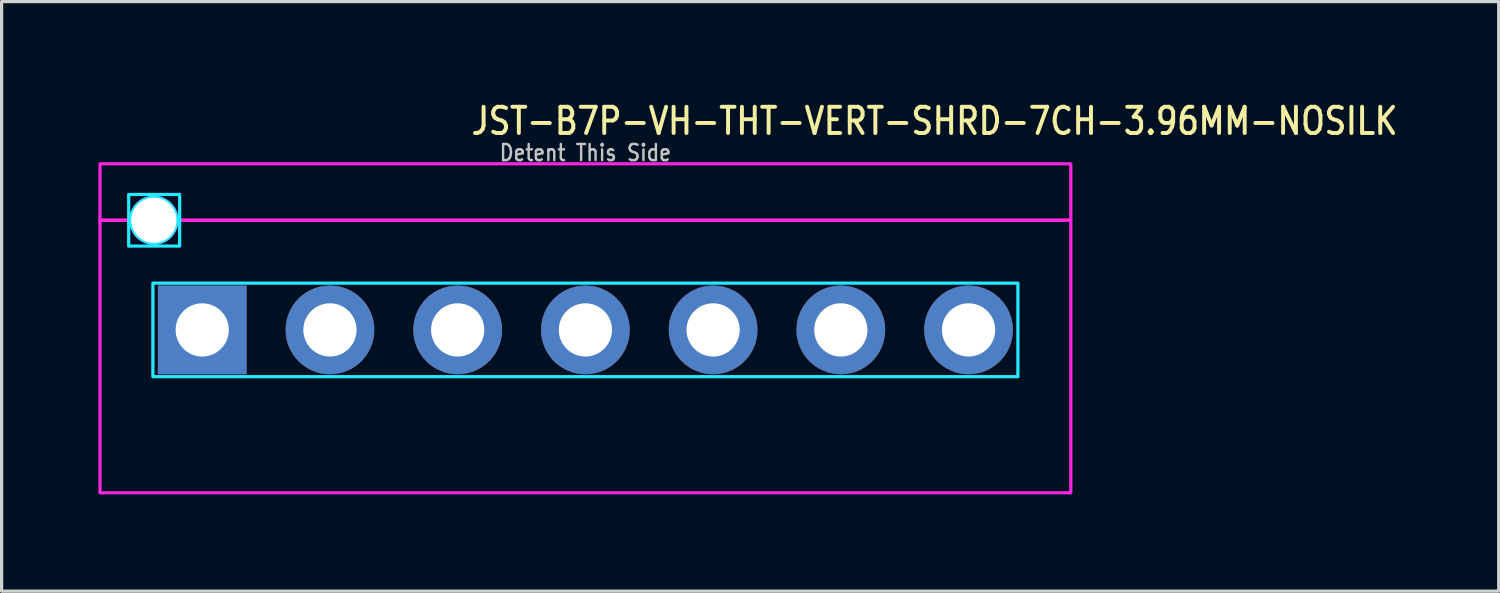
<source format=kicad_pcb>
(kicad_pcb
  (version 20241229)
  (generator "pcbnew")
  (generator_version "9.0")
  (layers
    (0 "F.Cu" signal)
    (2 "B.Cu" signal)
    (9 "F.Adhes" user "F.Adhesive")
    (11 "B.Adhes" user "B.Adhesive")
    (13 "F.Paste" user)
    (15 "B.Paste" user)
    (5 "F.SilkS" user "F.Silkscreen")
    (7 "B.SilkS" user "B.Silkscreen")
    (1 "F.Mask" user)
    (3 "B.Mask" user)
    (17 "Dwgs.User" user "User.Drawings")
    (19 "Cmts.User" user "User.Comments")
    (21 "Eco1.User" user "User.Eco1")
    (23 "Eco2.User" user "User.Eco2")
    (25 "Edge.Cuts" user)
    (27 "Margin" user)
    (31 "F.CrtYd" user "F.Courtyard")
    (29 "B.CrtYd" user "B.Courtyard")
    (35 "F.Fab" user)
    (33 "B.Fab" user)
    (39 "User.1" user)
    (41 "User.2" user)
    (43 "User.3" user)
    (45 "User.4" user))
  (footprint "JST-B7P-VH-THT-VERT-SHRD-7CH-3.96MM-NOSILK"
    (layer "F.Cu")
    (at 15.1 7.179)
    (property "Reference" "JST-B7P-VH-THT-VERT-SHRD-7CH-3.96MM-NOSILK" (at -3.6 -6 0) (unlocked yes) (layer "F.SilkS") (effects (font (size 0.813 0.695) (thickness 0.122)) (justify left bottom)))
    (fp_poly (pts (xy -13.41 -1.45) (xy -13.41 1.45) (xy 13.41 1.45) (xy 13.41 -1.45)) (stroke (width 0.1) (type solid)) (fill no) (layer "B.CrtYd"))
    (fp_poly (pts (xy -14.16 -3.4) (xy -14.16 -4.2) (xy -12.58 -4.2) (xy -12.58 -3.4) (xy -12.67 -3.4) (xy -12.67 -3.4) (xy -12.67 -3.411) (xy -12.67 -3.411) (xy -12.67 -3.422) (xy -12.67 -3.422) (xy -12.671 -3.433) (xy -12.671 -3.434) (xy -12.671 -3.445) (xy -12.671 -3.445) (xy -12.672 -3.456) (xy -12.672 -3.456) (xy -12.673 -3.467) (xy -12.673 -3.467) (xy -12.674 -3.478) (xy -12.674 -3.478) (xy -12.676 -3.489) (xy -12.676 -3.489) (xy -12.677 -3.5) (xy -12.677 -3.5) (xy -12.679 -3.511) (xy -12.679 -3.511) (xy -12.681 -3.522) (xy -12.681 -3.522) (xy -12.683 -3.533) (xy -12.683 -3.533) (xy -12.685 -3.544) (xy -12.685 -3.544) (xy -12.687 -3.555) (xy -12.687 -3.555) (xy -12.69 -3.566) (xy -12.69 -3.566) (xy -12.692 -3.576) (xy -12.692 -3.577) (xy -12.695 -3.587) (xy -12.695 -3.587) (xy -12.698 -3.598) (xy -12.698 -3.598) (xy -12.701 -3.609) (xy -12.701 -3.609) (xy -12.705 -3.619) (xy -12.705 -3.619) (xy -12.708 -3.63) (xy -12.708 -3.63) (xy -12.712 -3.64) (xy -12.712 -3.641) (xy -12.716 -3.651) (xy -12.716 -3.651) (xy -12.72 -3.661) (xy -12.72 -3.661) (xy -12.724 -3.672) (xy -12.724 -3.672) (xy -12.728 -3.682) (xy -12.728 -3.682) (xy -12.733 -3.692) (xy -12.733 -3.692) (xy -12.738 -3.702) (xy -12.738 -3.702) (xy -12.742 -3.712) (xy -12.742 -3.712) (xy -12.747 -3.722) (xy -12.747 -3.722) (xy -12.752 -3.732) (xy -12.753 -3.732) (xy -12.758 -3.742) (xy -12.758 -3.742) (xy -12.763 -3.752) (xy -12.763 -3.752) (xy -12.769 -3.761) (xy -12.769 -3.761) (xy -12.775 -3.771) (xy -12.775 -3.771) (xy -12.78 -3.78) (xy -12.781 -3.781) (xy -12.787 -3.79) (xy -12.787 -3.79) (xy -12.793 -3.799) (xy -12.793 -3.799) (xy -12.799 -3.808) (xy -12.799 -3.808) (xy -12.806 -3.817) (xy -12.806 -3.817) (xy -12.812 -3.826) (xy -12.812 -3.826) (xy -12.819 -3.835) (xy -12.819 -3.835) (xy -12.826 -3.844) (xy -12.826 -3.844) (xy -12.833 -3.853) (xy -12.833 -3.853) (xy -12.84 -3.861) (xy -12.84 -3.861) (xy -12.847 -3.869) (xy -12.847 -3.87) (xy -12.855 -3.878) (xy -12.855 -3.878) (xy -12.862 -3.886) (xy -12.862 -3.886) (xy -12.87 -3.894) (xy -12.87 -3.894) (xy -12.878 -3.902) (xy -12.878 -3.902) (xy -12.886 -3.91) (xy -12.886 -3.91) (xy -12.894 -3.918) (xy -12.894 -3.918) (xy -12.902 -3.925) (xy -12.902 -3.925) (xy -12.91 -3.933) (xy -12.911 -3.933) (xy -12.919 -3.94) (xy -12.919 -3.94) (xy -12.927 -3.947) (xy -12.927 -3.947) (xy -12.936 -3.954) (xy -12.936 -3.954) (xy -12.945 -3.961) (xy -12.945 -3.961) (xy -12.954 -3.968) (xy -12.954 -3.968) (xy -12.963 -3.974) (xy -12.963 -3.974) (xy -12.972 -3.981) (xy -12.972 -3.981) (xy -12.981 -3.987) (xy -12.981 -3.987) (xy -12.99 -3.993) (xy -12.99 -3.993) (xy -12.999 -3.999) (xy -13 -4) (xy -13.009 -4.005) (xy -13.009 -4.005) (xy -13.019 -4.011) (xy -13.019 -4.011) (xy -13.028 -4.017) (xy -13.028 -4.017) (xy -13.038 -4.022) (xy -13.038 -4.022) (xy -13.048 -4.027) (xy -13.048 -4.028) (xy -13.058 -4.033) (xy -13.058 -4.033) (xy -13.068 -4.038) (xy -13.068 -4.038) (xy -13.078 -4.042) (xy -13.078 -4.042) (xy -13.088 -4.047) (xy -13.088 -4.047) (xy -13.098 -4.052) (xy -13.098 -4.052) (xy -13.108 -4.056) (xy -13.108 -4.056) (xy -13.119 -4.06) (xy -13.119 -4.06) (xy -13.129 -4.064) (xy -13.129 -4.064) (xy -13.139 -4.068) (xy -13.14 -4.068) (xy -13.15 -4.072) (xy -13.15 -4.072) (xy -13.161 -4.075) (xy -13.161 -4.075) (xy -13.171 -4.079) (xy -13.171 -4.079) (xy -13.182 -4.082) (xy -13.182 -4.082) (xy -13.193 -4.085) (xy -13.193 -4.085) (xy -13.203 -4.088) (xy -13.204 -4.088) (xy -13.214 -4.09) (xy -13.214 -4.09) (xy -13.225 -4.093) (xy -13.225 -4.093) (xy -13.236 -4.095) (xy -13.236 -4.095) (xy -13.247 -4.097) (xy -13.247 -4.097) (xy -13.258 -4.099) (xy -13.258 -4.099) (xy -13.269 -4.101) (xy -13.269 -4.101) (xy -13.28 -4.103) (xy -13.28 -4.103) (xy -13.291 -4.104) (xy -13.291 -4.104) (xy -13.302 -4.106) (xy -13.302 -4.106) (xy -13.313 -4.107) (xy -13.313 -4.107) (xy -13.324 -4.108) (xy -13.324 -4.108) (xy -13.335 -4.109) (xy -13.335 -4.109) (xy -13.346 -4.109) (xy -13.347 -4.109) (xy -13.358 -4.11) (xy -13.358 -4.11) (xy -13.369 -4.11) (xy -13.369 -4.11) (xy -13.38 -4.11) (xy -13.38 -4.11) (xy -13.391 -4.11) (xy -13.391 -4.11) (xy -13.402 -4.11) (xy -13.402 -4.11) (xy -13.413 -4.109) (xy -13.414 -4.109) (xy -13.425 -4.109) (xy -13.425 -4.109) (xy -13.436 -4.108) (xy -13.436 -4.108) (xy -13.447 -4.107) (xy -13.447 -4.107) (xy -13.458 -4.106) (xy -13.458 -4.106) (xy -13.469 -4.104) (xy -13.469 -4.104) (xy -13.48 -4.103) (xy -13.48 -4.103) (xy -13.491 -4.101) (xy -13.491 -4.101) (xy -13.502 -4.099) (xy -13.502 -4.099) (xy -13.513 -4.097) (xy -13.513 -4.097) (xy -13.524 -4.095) (xy -13.524 -4.095) (xy -13.535 -4.093) (xy -13.535 -4.093) (xy -13.546 -4.09) (xy -13.546 -4.09) (xy -13.556 -4.088) (xy -13.557 -4.088) (xy -13.567 -4.085) (xy -13.567 -4.085) (xy -13.578 -4.082) (xy -13.578 -4.082) (xy -13.589 -4.079) (xy -13.589 -4.079) (xy -13.599 -4.075) (xy -13.599 -4.075) (xy -13.61 -4.072) (xy -13.61 -4.072) (xy -13.62 -4.068) (xy -13.621 -4.068) (xy -13.631 -4.064) (xy -13.631 -4.064) (xy -13.641 -4.06) (xy -13.641 -4.06) (xy -13.652 -4.056) (xy -13.652 -4.056) (xy -13.662 -4.052) (xy -13.662 -4.052) (xy -13.672 -4.047) (xy -13.672 -4.047) (xy -13.682 -4.042) (xy -13.682 -4.042) (xy -13.692 -4.038) (xy -13.692 -4.038) (xy -13.702 -4.033) (xy -13.702 -4.033) (xy -13.712 -4.028) (xy -13.712 -4.027) (xy -13.722 -4.022) (xy -13.722 -4.022) (xy -13.732 -4.017) (xy -13.732 -4.017) (xy -13.741 -4.011) (xy -13.741 -4.011) (xy -13.751 -4.005) (xy -13.751 -4.005) (xy -13.76 -4) (xy -13.761 -3.999) (xy -13.77 -3.993) (xy -13.77 -3.993) (xy -13.779 -3.987) (xy -13.779 -3.987) (xy -13.788 -3.981) (xy -13.788 -3.981) (xy -13.797 -3.974) (xy -13.797 -3.974) (xy -13.806 -3.968) (xy -13.806 -3.968) (xy -13.815 -3.961) (xy -13.815 -3.961) (xy -13.824 -3.954) (xy -13.824 -3.954) (xy -13.833 -3.947) (xy -13.833 -3.947) (xy -13.841 -3.94) (xy -13.841 -3.94) (xy -13.849 -3.933) (xy -13.85 -3.933) (xy -13.858 -3.925) (xy -13.858 -3.925) (xy -13.866 -3.918) (xy -13.866 -3.918) (xy -13.874 -3.91) (xy -13.874 -3.91) (xy -13.882 -3.902) (xy -13.882 -3.902) (xy -13.89 -3.894) (xy -13.89 -3.894) (xy -13.898 -3.886) (xy -13.898 -3.886) (xy -13.905 -3.878) (xy -13.905 -3.878) (xy -13.913 -3.87) (xy -13.913 -3.869) (xy -13.92 -3.861) (xy -13.92 -3.861) (xy -13.927 -3.853) (xy -13.927 -3.853) (xy -13.934 -3.844) (xy -13.934 -3.844) (xy -13.941 -3.835) (xy -13.941 -3.835) (xy -13.948 -3.826) (xy -13.948 -3.826) (xy -13.954 -3.817) (xy -13.954 -3.817) (xy -13.961 -3.808) (xy -13.961 -3.808) (xy -13.967 -3.799) (xy -13.967 -3.799) (xy -13.973 -3.79) (xy -13.973 -3.79) (xy -13.979 -3.781) (xy -13.98 -3.78) (xy -13.985 -3.771) (xy -13.985 -3.771) (xy -13.991 -3.761) (xy -13.991 -3.761) (xy -13.997 -3.752) (xy -13.997 -3.752) (xy -14.002 -3.742) (xy -14.002 -3.742) (xy -14.007 -3.732) (xy -14.008 -3.732) (xy -14.013 -3.722) (xy -14.013 -3.722) (xy -14.018 -3.712) (xy -14.018 -3.712) (xy -14.022 -3.702) (xy -14.022 -3.702) (xy -14.027 -3.692) (xy -14.027 -3.692) (xy -14.032 -3.682) (xy -14.032 -3.682) (xy -14.036 -3.672) (xy -14.036 -3.672) (xy -14.04 -3.661) (xy -14.04 -3.661) (xy -14.044 -3.651) (xy -14.044 -3.651) (xy -14.048 -3.641) (xy -14.048 -3.64) (xy -14.052 -3.63) (xy -14.052 -3.63) (xy -14.055 -3.619) (xy -14.055 -3.619) (xy -14.059 -3.609) (xy -14.059 -3.609) (xy -14.062 -3.598) (xy -14.062 -3.598) (xy -14.065 -3.587) (xy -14.065 -3.587) (xy -14.068 -3.577) (xy -14.068 -3.576) (xy -14.07 -3.566) (xy -14.07 -3.566) (xy -14.073 -3.555) (xy -14.073 -3.555) (xy -14.075 -3.544) (xy -14.075 -3.544) (xy -14.077 -3.533) (xy -14.077 -3.533) (xy -14.079 -3.522) (xy -14.079 -3.522) (xy -14.081 -3.511) (xy -14.081 -3.511) (xy -14.083 -3.5) (xy -14.083 -3.5) (xy -14.084 -3.489) (xy -14.084 -3.489) (xy -14.086 -3.478) (xy -14.086 -3.478) (xy -14.087 -3.467) (xy -14.087 -3.467) (xy -14.088 -3.456) (xy -14.088 -3.456) (xy -14.089 -3.445) (xy -14.089 -3.445) (xy -14.089 -3.434) (xy -14.089 -3.433) (xy -14.09 -3.422) (xy -14.09 -3.422) (xy -14.09 -3.411) (xy -14.09 -3.411) (xy -14.09 -3.4) (xy -14.09 -3.4)) (stroke (width 0.1) (type solid)) (fill no) (layer "B.CrtYd"))
    (fp_poly (pts (xy -12.58 -2.6) (xy -14.16 -2.6) (xy -14.16 -3.4) (xy -14.09 -3.4) (xy -14.09 -3.4) (xy -14.09 -3.389) (xy -14.09 -3.389) (xy -14.09 -3.378) (xy -14.09 -3.378) (xy -14.089 -3.367) (xy -14.089 -3.366) (xy -14.089 -3.355) (xy -14.089 -3.355) (xy -14.088 -3.344) (xy -14.088 -3.344) (xy -14.087 -3.333) (xy -14.087 -3.333) (xy -14.086 -3.322) (xy -14.086 -3.322) (xy -14.084 -3.311) (xy -14.084 -3.311) (xy -14.083 -3.3) (xy -14.083 -3.3) (xy -14.081 -3.289) (xy -14.081 -3.289) (xy -14.079 -3.278) (xy -14.079 -3.278) (xy -14.077 -3.267) (xy -14.077 -3.267) (xy -14.075 -3.256) (xy -14.075 -3.256) (xy -14.073 -3.245) (xy -14.073 -3.245) (xy -14.07 -3.234) (xy -14.07 -3.234) (xy -14.068 -3.224) (xy -14.068 -3.223) (xy -14.065 -3.213) (xy -14.065 -3.213) (xy -14.062 -3.202) (xy -14.062 -3.202) (xy -14.059 -3.191) (xy -14.059 -3.191) (xy -14.055 -3.181) (xy -14.055 -3.181) (xy -14.052 -3.17) (xy -14.052 -3.17) (xy -14.048 -3.16) (xy -14.048 -3.159) (xy -14.044 -3.149) (xy -14.044 -3.149) (xy -14.04 -3.139) (xy -14.04 -3.139) (xy -14.036 -3.128) (xy -14.036 -3.128) (xy -14.032 -3.118) (xy -14.032 -3.118) (xy -14.027 -3.108) (xy -14.027 -3.108) (xy -14.022 -3.098) (xy -14.022 -3.098) (xy -14.018 -3.088) (xy -14.018 -3.088) (xy -14.013 -3.078) (xy -14.013 -3.078) (xy -14.008 -3.068) (xy -14.007 -3.068) (xy -14.002 -3.058) (xy -14.002 -3.058) (xy -13.997 -3.048) (xy -13.997 -3.048) (xy -13.991 -3.039) (xy -13.991 -3.039) (xy -13.985 -3.029) (xy -13.985 -3.029) (xy -13.98 -3.02) (xy -13.979 -3.019) (xy -13.973 -3.01) (xy -13.973 -3.01) (xy -13.967 -3.001) (xy -13.967 -3.001) (xy -13.961 -2.992) (xy -13.961 -2.992) (xy -13.954 -2.983) (xy -13.954 -2.983) (xy -13.948 -2.974) (xy -13.948 -2.974) (xy -13.941 -2.965) (xy -13.941 -2.965) (xy -13.934 -2.956) (xy -13.934 -2.956) (xy -13.927 -2.947) (xy -13.927 -2.947) (xy -13.92 -2.939) (xy -13.92 -2.939) (xy -13.913 -2.931) (xy -13.913 -2.93) (xy -13.905 -2.922) (xy -13.905 -2.922) (xy -13.898 -2.914) (xy -13.898 -2.914) (xy -13.89 -2.906) (xy -13.89 -2.906) (xy -13.882 -2.898) (xy -13.882 -2.898) (xy -13.874 -2.89) (xy -13.874 -2.89) (xy -13.866 -2.882) (xy -13.866 -2.882) (xy -13.858 -2.875) (xy -13.858 -2.875) (xy -13.85 -2.867) (xy -13.849 -2.867) (xy -13.841 -2.86) (xy -13.841 -2.86) (xy -13.833 -2.853) (xy -13.833 -2.853) (xy -13.824 -2.846) (xy -13.824 -2.846) (xy -13.815 -2.839) (xy -13.815 -2.839) (xy -13.806 -2.832) (xy -13.806 -2.832) (xy -13.797 -2.826) (xy -13.797 -2.826) (xy -13.788 -2.819) (xy -13.788 -2.819) (xy -13.779 -2.813) (xy -13.779 -2.813) (xy -13.77 -2.807) (xy -13.77 -2.807) (xy -13.761 -2.801) (xy -13.76 -2.8) (xy -13.751 -2.795) (xy -13.751 -2.795) (xy -13.741 -2.789) (xy -13.741 -2.789) (xy -13.732 -2.783) (xy -13.732 -2.783) (xy -13.722 -2.778) (xy -13.722 -2.778) (xy -13.712 -2.773) (xy -13.712 -2.772) (xy -13.702 -2.767) (xy -13.702 -2.767) (xy -13.692 -2.762) (xy -13.692 -2.762) (xy -13.682 -2.758) (xy -13.682 -2.758) (xy -13.672 -2.753) (xy -13.672 -2.753) (xy -13.662 -2.748) (xy -13.662 -2.748) (xy -13.652 -2.744) (xy -13.652 -2.744) (xy -13.641 -2.74) (xy -13.641 -2.74) (xy -13.631 -2.736) (xy -13.631 -2.736) (xy -13.621 -2.732) (xy -13.62 -2.732) (xy -13.61 -2.728) (xy -13.61 -2.728) (xy -13.599 -2.725) (xy -13.599 -2.725) (xy -13.589 -2.721) (xy -13.589 -2.721) (xy -13.578 -2.718) (xy -13.578 -2.718) (xy -13.567 -2.715) (xy -13.567 -2.715) (xy -13.557 -2.712) (xy -13.556 -2.712) (xy -13.546 -2.71) (xy -13.546 -2.71) (xy -13.535 -2.707) (xy -13.535 -2.707) (xy -13.524 -2.705) (xy -13.524 -2.705) (xy -13.513 -2.703) (xy -13.513 -2.703) (xy -13.502 -2.701) (xy -13.502 -2.701) (xy -13.491 -2.699) (xy -13.491 -2.699) (xy -13.48 -2.697) (xy -13.48 -2.697) (xy -13.469 -2.696) (xy -13.469 -2.696) (xy -13.458 -2.694) (xy -13.458 -2.694) (xy -13.447 -2.693) (xy -13.447 -2.693) (xy -13.436 -2.692) (xy -13.436 -2.692) (xy -13.425 -2.691) (xy -13.425 -2.691) (xy -13.414 -2.691) (xy -13.413 -2.691) (xy -13.402 -2.69) (xy -13.402 -2.69) (xy -13.391 -2.69) (xy -13.391 -2.69) (xy -13.38 -2.69) (xy -13.38 -2.69) (xy -13.369 -2.69) (xy -13.369 -2.69) (xy -13.358 -2.69) (xy -13.358 -2.69) (xy -13.347 -2.691) (xy -13.346 -2.691) (xy -13.335 -2.691) (xy -13.335 -2.691) (xy -13.324 -2.692) (xy -13.324 -2.692) (xy -13.313 -2.693) (xy -13.313 -2.693) (xy -13.302 -2.694) (xy -13.302 -2.694) (xy -13.291 -2.696) (xy -13.291 -2.696) (xy -13.28 -2.697) (xy -13.28 -2.697) (xy -13.269 -2.699) (xy -13.269 -2.699) (xy -13.258 -2.701) (xy -13.258 -2.701) (xy -13.247 -2.703) (xy -13.247 -2.703) (xy -13.236 -2.705) (xy -13.236 -2.705) (xy -13.225 -2.707) (xy -13.225 -2.707) (xy -13.214 -2.71) (xy -13.214 -2.71) (xy -13.204 -2.712) (xy -13.203 -2.712) (xy -13.193 -2.715) (xy -13.193 -2.715) (xy -13.182 -2.718) (xy -13.182 -2.718) (xy -13.171 -2.721) (xy -13.171 -2.721) (xy -13.161 -2.725) (xy -13.161 -2.725) (xy -13.15 -2.728) (xy -13.15 -2.728) (xy -13.14 -2.732) (xy -13.139 -2.732) (xy -13.129 -2.736) (xy -13.129 -2.736) (xy -13.119 -2.74) (xy -13.119 -2.74) (xy -13.108 -2.744) (xy -13.108 -2.744) (xy -13.098 -2.748) (xy -13.098 -2.748) (xy -13.088 -2.753) (xy -13.088 -2.753) (xy -13.078 -2.758) (xy -13.078 -2.758) (xy -13.068 -2.762) (xy -13.068 -2.762) (xy -13.058 -2.767) (xy -13.058 -2.767) (xy -13.048 -2.772) (xy -13.048 -2.773) (xy -13.038 -2.778) (xy -13.038 -2.778) (xy -13.028 -2.783) (xy -13.028 -2.783) (xy -13.019 -2.789) (xy -13.019 -2.789) (xy -13.009 -2.795) (xy -13.009 -2.795) (xy -13 -2.8) (xy -12.999 -2.801) (xy -12.99 -2.807) (xy -12.99 -2.807) (xy -12.981 -2.813) (xy -12.981 -2.813) (xy -12.972 -2.819) (xy -12.972 -2.819) (xy -12.963 -2.826) (xy -12.963 -2.826) (xy -12.954 -2.832) (xy -12.954 -2.832) (xy -12.945 -2.839) (xy -12.945 -2.839) (xy -12.936 -2.846) (xy -12.936 -2.846) (xy -12.927 -2.853) (xy -12.927 -2.853) (xy -12.919 -2.86) (xy -12.919 -2.86) (xy -12.911 -2.867) (xy -12.91 -2.867) (xy -12.902 -2.875) (xy -12.902 -2.875) (xy -12.894 -2.882) (xy -12.894 -2.882) (xy -12.886 -2.89) (xy -12.886 -2.89) (xy -12.878 -2.898) (xy -12.878 -2.898) (xy -12.87 -2.906) (xy -12.87 -2.906) (xy -12.862 -2.914) (xy -12.862 -2.914) (xy -12.855 -2.922) (xy -12.855 -2.922) (xy -12.847 -2.93) (xy -12.847 -2.931) (xy -12.84 -2.939) (xy -12.84 -2.939) (xy -12.833 -2.947) (xy -12.833 -2.947) (xy -12.826 -2.956) (xy -12.826 -2.956) (xy -12.819 -2.965) (xy -12.819 -2.965) (xy -12.812 -2.974) (xy -12.812 -2.974) (xy -12.806 -2.983) (xy -12.806 -2.983) (xy -12.799 -2.992) (xy -12.799 -2.992) (xy -12.793 -3.001) (xy -12.793 -3.001) (xy -12.787 -3.01) (xy -12.787 -3.01) (xy -12.781 -3.019) (xy -12.78 -3.02) (xy -12.775 -3.029) (xy -12.775 -3.029) (xy -12.769 -3.039) (xy -12.769 -3.039) (xy -12.763 -3.048) (xy -12.763 -3.048) (xy -12.758 -3.058) (xy -12.758 -3.058) (xy -12.753 -3.068) (xy -12.752 -3.068) (xy -12.747 -3.078) (xy -12.747 -3.078) (xy -12.742 -3.088) (xy -12.742 -3.088) (xy -12.738 -3.098) (xy -12.738 -3.098) (xy -12.733 -3.108) (xy -12.733 -3.108) (xy -12.728 -3.118) (xy -12.728 -3.118) (xy -12.724 -3.128) (xy -12.724 -3.128) (xy -12.72 -3.139) (xy -12.72 -3.139) (xy -12.716 -3.149) (xy -12.716 -3.149) (xy -12.712 -3.159) (xy -12.712 -3.16) (xy -12.708 -3.17) (xy -12.708 -3.17) (xy -12.705 -3.181) (xy -12.705 -3.181) (xy -12.701 -3.191) (xy -12.701 -3.191) (xy -12.698 -3.202) (xy -12.698 -3.202) (xy -12.695 -3.213) (xy -12.695 -3.213) (xy -12.692 -3.223) (xy -12.692 -3.224) (xy -12.69 -3.234) (xy -12.69 -3.234) (xy -12.687 -3.245) (xy -12.687 -3.245) (xy -12.685 -3.256) (xy -12.685 -3.256) (xy -12.683 -3.267) (xy -12.683 -3.267) (xy -12.681 -3.278) (xy -12.681 -3.278) (xy -12.679 -3.289) (xy -12.679 -3.289) (xy -12.677 -3.3) (xy -12.677 -3.3) (xy -12.676 -3.311) (xy -12.676 -3.311) (xy -12.674 -3.322) (xy -12.674 -3.322) (xy -12.673 -3.333) (xy -12.673 -3.333) (xy -12.672 -3.344) (xy -12.672 -3.344) (xy -12.671 -3.355) (xy -12.671 -3.355) (xy -12.671 -3.366) (xy -12.671 -3.367) (xy -12.67 -3.378) (xy -12.67 -3.378) (xy -12.67 -3.389) (xy -12.67 -3.389) (xy -12.67 -3.4) (xy -12.67 -3.4) (xy -12.58 -3.4)) (stroke (width 0.1) (type solid)) (fill no) (layer "B.CrtYd"))
    (fp_poly (pts (xy 15.05 -5.15) (xy 15.05 -3.4) (xy -12.67 -3.4) (xy -12.67 -3.4) (xy -12.67 -3.411) (xy -12.67 -3.411) (xy -12.67 -3.422) (xy -12.67 -3.422) (xy -12.671 -3.433) (xy -12.671 -3.434) (xy -12.671 -3.445) (xy -12.671 -3.445) (xy -12.672 -3.456) (xy -12.672 -3.456) (xy -12.673 -3.467) (xy -12.673 -3.467) (xy -12.674 -3.478) (xy -12.674 -3.478) (xy -12.676 -3.489) (xy -12.676 -3.489) (xy -12.677 -3.5) (xy -12.677 -3.5) (xy -12.679 -3.511) (xy -12.679 -3.511) (xy -12.681 -3.522) (xy -12.681 -3.522) (xy -12.683 -3.533) (xy -12.683 -3.533) (xy -12.685 -3.544) (xy -12.685 -3.544) (xy -12.687 -3.555) (xy -12.687 -3.555) (xy -12.69 -3.566) (xy -12.69 -3.566) (xy -12.692 -3.576) (xy -12.692 -3.577) (xy -12.695 -3.587) (xy -12.695 -3.587) (xy -12.698 -3.598) (xy -12.698 -3.598) (xy -12.701 -3.609) (xy -12.701 -3.609) (xy -12.705 -3.619) (xy -12.705 -3.619) (xy -12.708 -3.63) (xy -12.708 -3.63) (xy -12.712 -3.64) (xy -12.712 -3.641) (xy -12.716 -3.651) (xy -12.716 -3.651) (xy -12.72 -3.661) (xy -12.72 -3.661) (xy -12.724 -3.672) (xy -12.724 -3.672) (xy -12.728 -3.682) (xy -12.728 -3.682) (xy -12.733 -3.692) (xy -12.733 -3.692) (xy -12.738 -3.702) (xy -12.738 -3.702) (xy -12.742 -3.712) (xy -12.742 -3.712) (xy -12.747 -3.722) (xy -12.747 -3.722) (xy -12.752 -3.732) (xy -12.753 -3.732) (xy -12.758 -3.742) (xy -12.758 -3.742) (xy -12.763 -3.752) (xy -12.763 -3.752) (xy -12.769 -3.761) (xy -12.769 -3.761) (xy -12.775 -3.771) (xy -12.775 -3.771) (xy -12.78 -3.78) (xy -12.781 -3.781) (xy -12.787 -3.79) (xy -12.787 -3.79) (xy -12.793 -3.799) (xy -12.793 -3.799) (xy -12.799 -3.808) (xy -12.799 -3.808) (xy -12.806 -3.817) (xy -12.806 -3.817) (xy -12.812 -3.826) (xy -12.812 -3.826) (xy -12.819 -3.835) (xy -12.819 -3.835) (xy -12.826 -3.844) (xy -12.826 -3.844) (xy -12.833 -3.853) (xy -12.833 -3.853) (xy -12.84 -3.861) (xy -12.84 -3.861) (xy -12.847 -3.869) (xy -12.847 -3.87) (xy -12.855 -3.878) (xy -12.855 -3.878) (xy -12.862 -3.886) (xy -12.862 -3.886) (xy -12.87 -3.894) (xy -12.87 -3.894) (xy -12.878 -3.902) (xy -12.878 -3.902) (xy -12.886 -3.91) (xy -12.886 -3.91) (xy -12.894 -3.918) (xy -12.894 -3.918) (xy -12.902 -3.925) (xy -12.902 -3.925) (xy -12.91 -3.933) (xy -12.911 -3.933) (xy -12.919 -3.94) (xy -12.919 -3.94) (xy -12.927 -3.947) (xy -12.927 -3.947) (xy -12.936 -3.954) (xy -12.936 -3.954) (xy -12.945 -3.961) (xy -12.945 -3.961) (xy -12.954 -3.968) (xy -12.954 -3.968) (xy -12.963 -3.974) (xy -12.963 -3.974) (xy -12.972 -3.981) (xy -12.972 -3.981) (xy -12.981 -3.987) (xy -12.981 -3.987) (xy -12.99 -3.993) (xy -12.99 -3.993) (xy -12.999 -3.999) (xy -13 -4) (xy -13.009 -4.005) (xy -13.009 -4.005) (xy -13.019 -4.011) (xy -13.019 -4.011) (xy -13.028 -4.017) (xy -13.028 -4.017) (xy -13.038 -4.022) (xy -13.038 -4.022) (xy -13.048 -4.027) (xy -13.048 -4.028) (xy -13.058 -4.033) (xy -13.058 -4.033) (xy -13.068 -4.038) (xy -13.068 -4.038) (xy -13.078 -4.042) (xy -13.078 -4.042) (xy -13.088 -4.047) (xy -13.088 -4.047) (xy -13.098 -4.052) (xy -13.098 -4.052) (xy -13.108 -4.056) (xy -13.108 -4.056) (xy -13.119 -4.06) (xy -13.119 -4.06) (xy -13.129 -4.064) (xy -13.129 -4.064) (xy -13.139 -4.068) (xy -13.14 -4.068) (xy -13.15 -4.072) (xy -13.15 -4.072) (xy -13.161 -4.075) (xy -13.161 -4.075) (xy -13.171 -4.079) (xy -13.171 -4.079) (xy -13.182 -4.082) (xy -13.182 -4.082) (xy -13.193 -4.085) (xy -13.193 -4.085) (xy -13.203 -4.088) (xy -13.204 -4.088) (xy -13.214 -4.09) (xy -13.214 -4.09) (xy -13.225 -4.093) (xy -13.225 -4.093) (xy -13.236 -4.095) (xy -13.236 -4.095) (xy -13.247 -4.097) (xy -13.247 -4.097) (xy -13.258 -4.099) (xy -13.258 -4.099) (xy -13.269 -4.101) (xy -13.269 -4.101) (xy -13.28 -4.103) (xy -13.28 -4.103) (xy -13.291 -4.104) (xy -13.291 -4.104) (xy -13.302 -4.106) (xy -13.302 -4.106) (xy -13.313 -4.107) (xy -13.313 -4.107) (xy -13.324 -4.108) (xy -13.324 -4.108) (xy -13.335 -4.109) (xy -13.335 -4.109) (xy -13.346 -4.109) (xy -13.347 -4.109) (xy -13.358 -4.11) (xy -13.358 -4.11) (xy -13.369 -4.11) (xy -13.369 -4.11) (xy -13.38 -4.11) (xy -13.38 -4.11) (xy -13.391 -4.11) (xy -13.391 -4.11) (xy -13.402 -4.11) (xy -13.402 -4.11) (xy -13.413 -4.109) (xy -13.414 -4.109) (xy -13.425 -4.109) (xy -13.425 -4.109) (xy -13.436 -4.108) (xy -13.436 -4.108) (xy -13.447 -4.107) (xy -13.447 -4.107) (xy -13.458 -4.106) (xy -13.458 -4.106) (xy -13.469 -4.104) (xy -13.469 -4.104) (xy -13.48 -4.103) (xy -13.48 -4.103) (xy -13.491 -4.101) (xy -13.491 -4.101) (xy -13.502 -4.099) (xy -13.502 -4.099) (xy -13.513 -4.097) (xy -13.513 -4.097) (xy -13.524 -4.095) (xy -13.524 -4.095) (xy -13.535 -4.093) (xy -13.535 -4.093) (xy -13.546 -4.09) (xy -13.546 -4.09) (xy -13.556 -4.088) (xy -13.557 -4.088) (xy -13.567 -4.085) (xy -13.567 -4.085) (xy -13.578 -4.082) (xy -13.578 -4.082) (xy -13.589 -4.079) (xy -13.589 -4.079) (xy -13.599 -4.075) (xy -13.599 -4.075) (xy -13.61 -4.072) (xy -13.61 -4.072) (xy -13.62 -4.068) (xy -13.621 -4.068) (xy -13.631 -4.064) (xy -13.631 -4.064) (xy -13.641 -4.06) (xy -13.641 -4.06) (xy -13.652 -4.056) (xy -13.652 -4.056) (xy -13.662 -4.052) (xy -13.662 -4.052) (xy -13.672 -4.047) (xy -13.672 -4.047) (xy -13.682 -4.042) (xy -13.682 -4.042) (xy -13.692 -4.038) (xy -13.692 -4.038) (xy -13.702 -4.033) (xy -13.702 -4.033) (xy -13.712 -4.028) (xy -13.712 -4.027) (xy -13.722 -4.022) (xy -13.722 -4.022) (xy -13.732 -4.017) (xy -13.732 -4.017) (xy -13.741 -4.011) (xy -13.741 -4.011) (xy -13.751 -4.005) (xy -13.751 -4.005) (xy -13.76 -4) (xy -13.761 -3.999) (xy -13.77 -3.993) (xy -13.77 -3.993) (xy -13.779 -3.987) (xy -13.779 -3.987) (xy -13.788 -3.981) (xy -13.788 -3.981) (xy -13.797 -3.974) (xy -13.797 -3.974) (xy -13.806 -3.968) (xy -13.806 -3.968) (xy -13.815 -3.961) (xy -13.815 -3.961) (xy -13.824 -3.954) (xy -13.824 -3.954) (xy -13.833 -3.947) (xy -13.833 -3.947) (xy -13.841 -3.94) (xy -13.841 -3.94) (xy -13.849 -3.933) (xy -13.85 -3.933) (xy -13.858 -3.925) (xy -13.858 -3.925) (xy -13.866 -3.918) (xy -13.866 -3.918) (xy -13.874 -3.91) (xy -13.874 -3.91) (xy -13.882 -3.902) (xy -13.882 -3.902) (xy -13.89 -3.894) (xy -13.89 -3.894) (xy -13.898 -3.886) (xy -13.898 -3.886) (xy -13.905 -3.878) (xy -13.905 -3.878) (xy -13.913 -3.87) (xy -13.913 -3.869) (xy -13.92 -3.861) (xy -13.92 -3.861) (xy -13.927 -3.853) (xy -13.927 -3.853) (xy -13.934 -3.844) (xy -13.934 -3.844) (xy -13.941 -3.835) (xy -13.941 -3.835) (xy -13.948 -3.826) (xy -13.948 -3.826) (xy -13.954 -3.817) (xy -13.954 -3.817) (xy -13.961 -3.808) (xy -13.961 -3.808) (xy -13.967 -3.799) (xy -13.967 -3.799) (xy -13.973 -3.79) (xy -13.973 -3.79) (xy -13.979 -3.781) (xy -13.98 -3.78) (xy -13.985 -3.771) (xy -13.985 -3.771) (xy -13.991 -3.761) (xy -13.991 -3.761) (xy -13.997 -3.752) (xy -13.997 -3.752) (xy -14.002 -3.742) (xy -14.002 -3.742) (xy -14.007 -3.732) (xy -14.008 -3.732) (xy -14.013 -3.722) (xy -14.013 -3.722) (xy -14.018 -3.712) (xy -14.018 -3.712) (xy -14.022 -3.702) (xy -14.022 -3.702) (xy -14.027 -3.692) (xy -14.027 -3.692) (xy -14.032 -3.682) (xy -14.032 -3.682) (xy -14.036 -3.672) (xy -14.036 -3.672) (xy -14.04 -3.661) (xy -14.04 -3.661) (xy -14.044 -3.651) (xy -14.044 -3.651) (xy -14.048 -3.641) (xy -14.048 -3.64) (xy -14.052 -3.63) (xy -14.052 -3.63) (xy -14.055 -3.619) (xy -14.055 -3.619) (xy -14.059 -3.609) (xy -14.059 -3.609) (xy -14.062 -3.598) (xy -14.062 -3.598) (xy -14.065 -3.587) (xy -14.065 -3.587) (xy -14.068 -3.577) (xy -14.068 -3.576) (xy -14.07 -3.566) (xy -14.07 -3.566) (xy -14.073 -3.555) (xy -14.073 -3.555) (xy -14.075 -3.544) (xy -14.075 -3.544) (xy -14.077 -3.533) (xy -14.077 -3.533) (xy -14.079 -3.522) (xy -14.079 -3.522) (xy -14.081 -3.511) (xy -14.081 -3.511) (xy -14.083 -3.5) (xy -14.083 -3.5) (xy -14.084 -3.489) (xy -14.084 -3.489) (xy -14.086 -3.478) (xy -14.086 -3.478) (xy -14.087 -3.467) (xy -14.087 -3.467) (xy -14.088 -3.456) (xy -14.088 -3.456) (xy -14.089 -3.445) (xy -14.089 -3.445) (xy -14.089 -3.434) (xy -14.089 -3.433) (xy -14.09 -3.422) (xy -14.09 -3.422) (xy -14.09 -3.411) (xy -14.09 -3.411) (xy -14.09 -3.4) (xy -14.09 -3.4) (xy -15.05 -3.4) (xy -15.05 -5.15)) (stroke (width 0.1) (type solid)) (fill no) (layer "F.CrtYd"))
    (fp_poly (pts (xy 15.05 -3.4) (xy 15.05 5.05) (xy -15.05 5.05) (xy -15.05 -3.4) (xy -14.09 -3.4) (xy -14.09 -3.4) (xy -14.09 -3.389) (xy -14.09 -3.389) (xy -14.09 -3.378) (xy -14.09 -3.378) (xy -14.089 -3.367) (xy -14.089 -3.366) (xy -14.089 -3.355) (xy -14.089 -3.355) (xy -14.088 -3.344) (xy -14.088 -3.344) (xy -14.087 -3.333) (xy -14.087 -3.333) (xy -14.086 -3.322) (xy -14.086 -3.322) (xy -14.084 -3.311) (xy -14.084 -3.311) (xy -14.083 -3.3) (xy -14.083 -3.3) (xy -14.081 -3.289) (xy -14.081 -3.289) (xy -14.079 -3.278) (xy -14.079 -3.278) (xy -14.077 -3.267) (xy -14.077 -3.267) (xy -14.075 -3.256) (xy -14.075 -3.256) (xy -14.073 -3.245) (xy -14.073 -3.245) (xy -14.07 -3.234) (xy -14.07 -3.234) (xy -14.068 -3.224) (xy -14.068 -3.223) (xy -14.065 -3.213) (xy -14.065 -3.213) (xy -14.062 -3.202) (xy -14.062 -3.202) (xy -14.059 -3.191) (xy -14.059 -3.191) (xy -14.055 -3.181) (xy -14.055 -3.181) (xy -14.052 -3.17) (xy -14.052 -3.17) (xy -14.048 -3.16) (xy -14.048 -3.159) (xy -14.044 -3.149) (xy -14.044 -3.149) (xy -14.04 -3.139) (xy -14.04 -3.139) (xy -14.036 -3.128) (xy -14.036 -3.128) (xy -14.032 -3.118) (xy -14.032 -3.118) (xy -14.027 -3.108) (xy -14.027 -3.108) (xy -14.022 -3.098) (xy -14.022 -3.098) (xy -14.018 -3.088) (xy -14.018 -3.088) (xy -14.013 -3.078) (xy -14.013 -3.078) (xy -14.008 -3.068) (xy -14.007 -3.068) (xy -14.002 -3.058) (xy -14.002 -3.058) (xy -13.997 -3.048) (xy -13.997 -3.048) (xy -13.991 -3.039) (xy -13.991 -3.039) (xy -13.985 -3.029) (xy -13.985 -3.029) (xy -13.98 -3.02) (xy -13.979 -3.019) (xy -13.973 -3.01) (xy -13.973 -3.01) (xy -13.967 -3.001) (xy -13.967 -3.001) (xy -13.961 -2.992) (xy -13.961 -2.992) (xy -13.954 -2.983) (xy -13.954 -2.983) (xy -13.948 -2.974) (xy -13.948 -2.974) (xy -13.941 -2.965) (xy -13.941 -2.965) (xy -13.934 -2.956) (xy -13.934 -2.956) (xy -13.927 -2.947) (xy -13.927 -2.947) (xy -13.92 -2.939) (xy -13.92 -2.939) (xy -13.913 -2.931) (xy -13.913 -2.93) (xy -13.905 -2.922) (xy -13.905 -2.922) (xy -13.898 -2.914) (xy -13.898 -2.914) (xy -13.89 -2.906) (xy -13.89 -2.906) (xy -13.882 -2.898) (xy -13.882 -2.898) (xy -13.874 -2.89) (xy -13.874 -2.89) (xy -13.866 -2.882) (xy -13.866 -2.882) (xy -13.858 -2.875) (xy -13.858 -2.875) (xy -13.85 -2.867) (xy -13.849 -2.867) (xy -13.841 -2.86) (xy -13.841 -2.86) (xy -13.833 -2.853) (xy -13.833 -2.853) (xy -13.824 -2.846) (xy -13.824 -2.846) (xy -13.815 -2.839) (xy -13.815 -2.839) (xy -13.806 -2.832) (xy -13.806 -2.832) (xy -13.797 -2.826) (xy -13.797 -2.826) (xy -13.788 -2.819) (xy -13.788 -2.819) (xy -13.779 -2.813) (xy -13.779 -2.813) (xy -13.77 -2.807) (xy -13.77 -2.807) (xy -13.761 -2.801) (xy -13.76 -2.8) (xy -13.751 -2.795) (xy -13.751 -2.795) (xy -13.741 -2.789) (xy -13.741 -2.789) (xy -13.732 -2.783) (xy -13.732 -2.783) (xy -13.722 -2.778) (xy -13.722 -2.778) (xy -13.712 -2.773) (xy -13.712 -2.772) (xy -13.702 -2.767) (xy -13.702 -2.767) (xy -13.692 -2.762) (xy -13.692 -2.762) (xy -13.682 -2.758) (xy -13.682 -2.758) (xy -13.672 -2.753) (xy -13.672 -2.753) (xy -13.662 -2.748) (xy -13.662 -2.748) (xy -13.652 -2.744) (xy -13.652 -2.744) (xy -13.641 -2.74) (xy -13.641 -2.74) (xy -13.631 -2.736) (xy -13.631 -2.736) (xy -13.621 -2.732) (xy -13.62 -2.732) (xy -13.61 -2.728) (xy -13.61 -2.728) (xy -13.599 -2.725) (xy -13.599 -2.725) (xy -13.589 -2.721) (xy -13.589 -2.721) (xy -13.578 -2.718) (xy -13.578 -2.718) (xy -13.567 -2.715) (xy -13.567 -2.715) (xy -13.557 -2.712) (xy -13.556 -2.712) (xy -13.546 -2.71) (xy -13.546 -2.71) (xy -13.535 -2.707) (xy -13.535 -2.707) (xy -13.524 -2.705) (xy -13.524 -2.705) (xy -13.513 -2.703) (xy -13.513 -2.703) (xy -13.502 -2.701) (xy -13.502 -2.701) (xy -13.491 -2.699) (xy -13.491 -2.699) (xy -13.48 -2.697) (xy -13.48 -2.697) (xy -13.469 -2.696) (xy -13.469 -2.696) (xy -13.458 -2.694) (xy -13.458 -2.694) (xy -13.447 -2.693) (xy -13.447 -2.693) (xy -13.436 -2.692) (xy -13.436 -2.692) (xy -13.425 -2.691) (xy -13.425 -2.691) (xy -13.414 -2.691) (xy -13.413 -2.691) (xy -13.402 -2.69) (xy -13.402 -2.69) (xy -13.391 -2.69) (xy -13.391 -2.69) (xy -13.38 -2.69) (xy -13.38 -2.69) (xy -13.369 -2.69) (xy -13.369 -2.69) (xy -13.358 -2.69) (xy -13.358 -2.69) (xy -13.347 -2.691) (xy -13.346 -2.691) (xy -13.335 -2.691) (xy -13.335 -2.691) (xy -13.324 -2.692) (xy -13.324 -2.692) (xy -13.313 -2.693) (xy -13.313 -2.693) (xy -13.302 -2.694) (xy -13.302 -2.694) (xy -13.291 -2.696) (xy -13.291 -2.696) (xy -13.28 -2.697) (xy -13.28 -2.697) (xy -13.269 -2.699) (xy -13.269 -2.699) (xy -13.258 -2.701) (xy -13.258 -2.701) (xy -13.247 -2.703) (xy -13.247 -2.703) (xy -13.236 -2.705) (xy -13.236 -2.705) (xy -13.225 -2.707) (xy -13.225 -2.707) (xy -13.214 -2.71) (xy -13.214 -2.71) (xy -13.204 -2.712) (xy -13.203 -2.712) (xy -13.193 -2.715) (xy -13.193 -2.715) (xy -13.182 -2.718) (xy -13.182 -2.718) (xy -13.171 -2.721) (xy -13.171 -2.721) (xy -13.161 -2.725) (xy -13.161 -2.725) (xy -13.15 -2.728) (xy -13.15 -2.728) (xy -13.14 -2.732) (xy -13.139 -2.732) (xy -13.129 -2.736) (xy -13.129 -2.736) (xy -13.119 -2.74) (xy -13.119 -2.74) (xy -13.108 -2.744) (xy -13.108 -2.744) (xy -13.098 -2.748) (xy -13.098 -2.748) (xy -13.088 -2.753) (xy -13.088 -2.753) (xy -13.078 -2.758) (xy -13.078 -2.758) (xy -13.068 -2.762) (xy -13.068 -2.762) (xy -13.058 -2.767) (xy -13.058 -2.767) (xy -13.048 -2.772) (xy -13.048 -2.773) (xy -13.038 -2.778) (xy -13.038 -2.778) (xy -13.028 -2.783) (xy -13.028 -2.783) (xy -13.019 -2.789) (xy -13.019 -2.789) (xy -13.009 -2.795) (xy -13.009 -2.795) (xy -13 -2.8) (xy -12.999 -2.801) (xy -12.99 -2.807) (xy -12.99 -2.807) (xy -12.981 -2.813) (xy -12.981 -2.813) (xy -12.972 -2.819) (xy -12.972 -2.819) (xy -12.963 -2.826) (xy -12.963 -2.826) (xy -12.954 -2.832) (xy -12.954 -2.832) (xy -12.945 -2.839) (xy -12.945 -2.839) (xy -12.936 -2.846) (xy -12.936 -2.846) (xy -12.927 -2.853) (xy -12.927 -2.853) (xy -12.919 -2.86) (xy -12.919 -2.86) (xy -12.911 -2.867) (xy -12.91 -2.867) (xy -12.902 -2.875) (xy -12.902 -2.875) (xy -12.894 -2.882) (xy -12.894 -2.882) (xy -12.886 -2.89) (xy -12.886 -2.89) (xy -12.878 -2.898) (xy -12.878 -2.898) (xy -12.87 -2.906) (xy -12.87 -2.906) (xy -12.862 -2.914) (xy -12.862 -2.914) (xy -12.855 -2.922) (xy -12.855 -2.922) (xy -12.847 -2.93) (xy -12.847 -2.931) (xy -12.84 -2.939) (xy -12.84 -2.939) (xy -12.833 -2.947) (xy -12.833 -2.947) (xy -12.826 -2.956) (xy -12.826 -2.956) (xy -12.819 -2.965) (xy -12.819 -2.965) (xy -12.812 -2.974) (xy -12.812 -2.974) (xy -12.806 -2.983) (xy -12.806 -2.983) (xy -12.799 -2.992) (xy -12.799 -2.992) (xy -12.793 -3.001) (xy -12.793 -3.001) (xy -12.787 -3.01) (xy -12.787 -3.01) (xy -12.781 -3.019) (xy -12.78 -3.02) (xy -12.775 -3.029) (xy -12.775 -3.029) (xy -12.769 -3.039) (xy -12.769 -3.039) (xy -12.763 -3.048) (xy -12.763 -3.048) (xy -12.758 -3.058) (xy -12.758 -3.058) (xy -12.753 -3.068) (xy -12.752 -3.068) (xy -12.747 -3.078) (xy -12.747 -3.078) (xy -12.742 -3.088) (xy -12.742 -3.088) (xy -12.738 -3.098) (xy -12.738 -3.098) (xy -12.733 -3.108) (xy -12.733 -3.108) (xy -12.728 -3.118) (xy -12.728 -3.118) (xy -12.724 -3.128) (xy -12.724 -3.128) (xy -12.72 -3.139) (xy -12.72 -3.139) (xy -12.716 -3.149) (xy -12.716 -3.149) (xy -12.712 -3.159) (xy -12.712 -3.16) (xy -12.708 -3.17) (xy -12.708 -3.17) (xy -12.705 -3.181) (xy -12.705 -3.181) (xy -12.701 -3.191) (xy -12.701 -3.191) (xy -12.698 -3.202) (xy -12.698 -3.202) (xy -12.695 -3.213) (xy -12.695 -3.213) (xy -12.692 -3.223) (xy -12.692 -3.224) (xy -12.69 -3.234) (xy -12.69 -3.234) (xy -12.687 -3.245) (xy -12.687 -3.245) (xy -12.685 -3.256) (xy -12.685 -3.256) (xy -12.683 -3.267) (xy -12.683 -3.267) (xy -12.681 -3.278) (xy -12.681 -3.278) (xy -12.679 -3.289) (xy -12.679 -3.289) (xy -12.677 -3.3) (xy -12.677 -3.3) (xy -12.676 -3.311) (xy -12.676 -3.311) (xy -12.674 -3.322) (xy -12.674 -3.322) (xy -12.673 -3.333) (xy -12.673 -3.333) (xy -12.672 -3.344) (xy -12.672 -3.344) (xy -12.671 -3.355) (xy -12.671 -3.355) (xy -12.671 -3.366) (xy -12.671 -3.367) (xy -12.67 -3.378) (xy -12.67 -3.378) (xy -12.67 -3.389) (xy -12.67 -3.389) (xy -12.67 -3.4) (xy -12.67 -3.4)) (stroke (width 0.1) (type solid)) (fill no) (layer "F.CrtYd"))
    (fp_text user "Detent This Side" (at 0 -5.2 0) (unlocked yes) (layer "Dwgs.User") (effects (font (size 0.5 0.427) (thickness 0.075)) (justify bottom)))
    (pad "" np_thru_hole circle (at -13.38 -3.4) (size 1.4 1.4) (drill 1.4) (layers "*.Cu" "*.Mask"))
    (pad "1" thru_hole rect (at -11.88 0) (size 2.75 2.75) (drill 1.65) (layers "*.Cu" "*.Mask"))
    (pad "2" thru_hole oval (at -7.92 0) (size 2.75 2.75) (drill 1.65) (layers "*.Cu" "*.Mask"))
    (pad "3" thru_hole oval (at -3.96 0) (size 2.75 2.75) (drill 1.65) (layers "*.Cu" "*.Mask"))
    (pad "4" thru_hole oval (at 0 0) (size 2.75 2.75) (drill 1.65) (layers "*.Cu" "*.Mask"))
    (pad "5" thru_hole oval (at 3.96 0) (size 2.75 2.75) (drill 1.65) (layers "*.Cu" "*.Mask"))
    (pad "6" thru_hole oval (at 7.92 0) (size 2.75 2.75) (drill 1.65) (layers "*.Cu" "*.Mask"))
    (pad "7" thru_hole oval (at 11.88 0) (size 2.75 2.75) (drill 1.65) (layers "*.Cu" "*.Mask")))
  (gr_rect
    (start -3 -3)
    (end 43.418 15.279)
    (stroke (width 0.1) (type default))
    (fill no)
    (layer "Edge.Cuts")))
</source>
